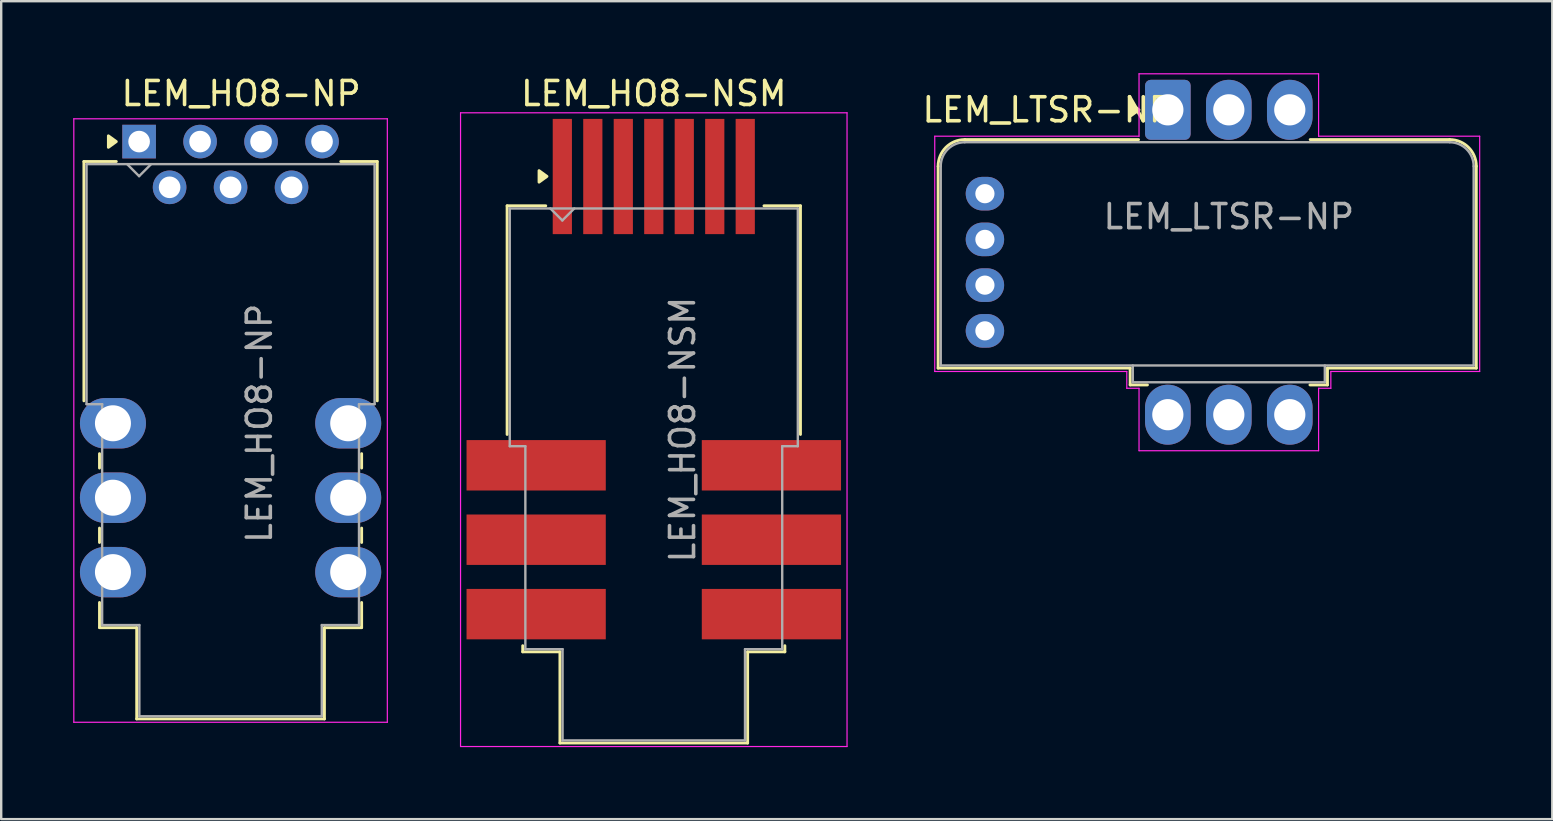
<source format=kicad_pcb>
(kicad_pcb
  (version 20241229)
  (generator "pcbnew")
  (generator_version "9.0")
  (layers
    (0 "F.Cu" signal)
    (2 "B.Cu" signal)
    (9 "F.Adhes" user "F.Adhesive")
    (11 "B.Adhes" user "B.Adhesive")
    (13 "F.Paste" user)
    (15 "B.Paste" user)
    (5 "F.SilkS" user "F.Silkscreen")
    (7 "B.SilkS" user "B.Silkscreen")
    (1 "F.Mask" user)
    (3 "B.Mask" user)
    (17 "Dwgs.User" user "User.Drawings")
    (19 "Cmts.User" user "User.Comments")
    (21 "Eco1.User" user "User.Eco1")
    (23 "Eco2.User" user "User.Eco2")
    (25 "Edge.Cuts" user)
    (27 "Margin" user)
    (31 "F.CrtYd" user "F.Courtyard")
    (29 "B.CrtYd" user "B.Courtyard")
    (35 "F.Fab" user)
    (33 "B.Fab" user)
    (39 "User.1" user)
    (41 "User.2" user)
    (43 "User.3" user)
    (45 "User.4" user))
  (footprint "LEM_LTSR-NP"
    (layer "F.Cu")
    (at 45.599 1.525)
    (property "Reference" "LEM_LTSR-NP" (at -5 0 0) (layer "F.SilkS") (effects (font (size 1 1) (thickness 0.15))))
    (attr through_hole)
    (fp_line (start -9.57 10.76) (end -9.57 2.36) (stroke (width 0.12) (type solid)) (layer "F.SilkS"))
    (fp_line (start -9.57 10.76) (end -1.57 10.76) (stroke (width 0.12) (type solid)) (layer "F.SilkS"))
    (fp_line (start -8.45 1.24) (end -1.22 1.24) (stroke (width 0.12) (type solid)) (layer "F.SilkS"))
    (fp_line (start -1.57 11.46) (end -1.57 10.76) (stroke (width 0.12) (type solid)) (layer "F.SilkS"))
    (fp_line (start -1.57 11.46) (end -0.85 11.46) (stroke (width 0.12) (type solid)) (layer "F.SilkS"))
    (fp_line (start 5.92 11.46) (end 6.65 11.46) (stroke (width 0.12) (type solid)) (layer "F.SilkS"))
    (fp_line (start 5.93 1.24) (end 11.74 1.24) (stroke (width 0.12) (type solid)) (layer "F.SilkS"))
    (fp_line (start 6.65 10.76) (end 12.85 10.76) (stroke (width 0.12) (type solid)) (layer "F.SilkS"))
    (fp_line (start 6.65 11.46) (end 6.65 10.76) (stroke (width 0.12) (type solid)) (layer "F.SilkS"))
    (fp_line (start 12.85 10.76) (end 12.85 2.35) (stroke (width 0.12) (type solid)) (layer "F.SilkS"))
    (fp_arc (start -9.57 2.35) (mid -9.244889 1.565111) (end -8.46 1.24) (stroke (width 0.12) (type solid)) (layer "F.SilkS"))
    (fp_arc (start 11.74 1.24) (mid 12.524889 1.565111) (end 12.85 2.35) (stroke (width 0.12) (type solid)) (layer "F.SilkS"))
    (fp_poly (pts (xy -1.2 0) (xy -1.53 0.24) (xy -1.53 -0.24) (xy -1.2 0)) (stroke (width 0.12) (type solid)) (fill yes) (layer "F.SilkS"))
    (fp_line (start -9.71 1.1) (end -9.71 10.9) (stroke (width 0.05) (type solid)) (layer "F.CrtYd"))
    (fp_line (start -9.71 1.1) (end -1.2 1.1) (stroke (width 0.05) (type solid)) (layer "F.CrtYd"))
    (fp_line (start -9.71 10.9) (end -1.71 10.9) (stroke (width 0.05) (type solid)) (layer "F.CrtYd"))
    (fp_line (start -1.71 11.6) (end -1.71 10.9) (stroke (width 0.05) (type solid)) (layer "F.CrtYd"))
    (fp_line (start -1.71 11.6) (end -1.2 11.6) (stroke (width 0.05) (type solid)) (layer "F.CrtYd"))
    (fp_line (start -1.2 -1.5) (end -1.2 1.1) (stroke (width 0.05) (type solid)) (layer "F.CrtYd"))
    (fp_line (start -1.2 -1.5) (end 6.28 -1.5) (stroke (width 0.05) (type solid)) (layer "F.CrtYd"))
    (fp_line (start -1.2 11.6) (end -1.2 14.2) (stroke (width 0.05) (type solid)) (layer "F.CrtYd"))
    (fp_line (start -1.2 14.2) (end 6.28 14.2) (stroke (width 0.05) (type solid)) (layer "F.CrtYd"))
    (fp_line (start 6.28 -1.5) (end 6.28 1.1) (stroke (width 0.05) (type solid)) (layer "F.CrtYd"))
    (fp_line (start 6.28 1.1) (end 12.99 1.1) (stroke (width 0.05) (type solid)) (layer "F.CrtYd"))
    (fp_line (start 6.28 11.6) (end 6.28 14.2) (stroke (width 0.05) (type solid)) (layer "F.CrtYd"))
    (fp_line (start 6.28 11.6) (end 6.79 11.6) (stroke (width 0.05) (type solid)) (layer "F.CrtYd"))
    (fp_line (start 6.79 10.9) (end 12.99 10.9) (stroke (width 0.05) (type solid)) (layer "F.CrtYd"))
    (fp_line (start 6.79 11.6) (end 6.79 10.9) (stroke (width 0.05) (type solid)) (layer "F.CrtYd"))
    (fp_line (start 12.99 1.1) (end 12.99 10.9) (stroke (width 0.05) (type solid)) (layer "F.CrtYd"))
    (fp_line (start -9.46 10.65) (end -9.46 2.35) (stroke (width 0.1) (type solid)) (layer "F.Fab"))
    (fp_line (start -9.46 10.65) (end 12.74 10.65) (stroke (width 0.1) (type solid)) (layer "F.Fab"))
    (fp_line (start -8.46 1.35) (end 11.74 1.35) (stroke (width 0.1) (type solid)) (layer "F.Fab"))
    (fp_line (start -1.46 11.35) (end -1.46 10.65) (stroke (width 0.1) (type solid)) (layer "F.Fab"))
    (fp_line (start -1.46 11.35) (end 6.54 11.35) (stroke (width 0.1) (type solid)) (layer "F.Fab"))
    (fp_line (start 6.54 11.35) (end 6.54 10.65) (stroke (width 0.1) (type solid)) (layer "F.Fab"))
    (fp_line (start 12.74 10.65) (end 12.74 2.35) (stroke (width 0.1) (type solid)) (layer "F.Fab"))
    (fp_arc (start -9.46 2.35) (mid -9.167107 1.642893) (end -8.46 1.35) (stroke (width 0.1) (type solid)) (layer "F.Fab"))
    (fp_arc (start 11.74 1.35) (mid 12.447107 1.642893) (end 12.74 2.35) (stroke (width 0.1) (type solid)) (layer "F.Fab"))
    (fp_text user "${REFERENCE}" (at 2.54 4.45 0) (layer "F.Fab") (effects (font (size 1 1) (thickness 0.15))))
    (pad "1" thru_hole roundrect (at 0 0) (size 1.9 2.5) (drill 1.3) (layers "*.Cu" "*.Mask") (roundrect_rratio 0.125))
    (pad "2" thru_hole oval (at 2.54 0) (size 1.9 2.5) (drill 1.3) (layers "*.Cu" "*.Mask"))
    (pad "3" thru_hole oval (at 5.08 0) (size 1.9 2.5) (drill 1.3) (layers "*.Cu" "*.Mask"))
    (pad "4" thru_hole oval (at 5.08 12.7) (size 1.9 2.5) (drill 1.3) (layers "*.Cu" "*.Mask"))
    (pad "5" thru_hole oval (at 2.54 12.7) (size 1.9 2.5) (drill 1.3) (layers "*.Cu" "*.Mask"))
    (pad "6" thru_hole oval (at 0 12.7) (size 1.9 2.5) (drill 1.3) (layers "*.Cu" "*.Mask"))
    (pad "7" thru_hole oval (at -7.62 9.207) (size 1.6 1.4) (drill 0.8) (layers "*.Cu" "*.Mask"))
    (pad "8" thru_hole oval (at -7.62 7.303) (size 1.6 1.4) (drill 0.8) (layers "*.Cu" "*.Mask"))
    (pad "9" thru_hole oval (at -7.62 5.397) (size 1.6 1.4) (drill 0.8) (layers "*.Cu" "*.Mask"))
    (pad "10" thru_hole oval (at -7.62 3.493) (size 1.6 1.4) (drill 0.8) (layers "*.Cu" "*.Mask")))
  (footprint "LEM_HO8-NSM"
    (layer "F.Cu")
    (at 24.185 14.848)
    (property "Reference" "LEM_HO8-NSM" (at 0 -14 0) (layer "F.SilkS") (effects (font (size 1 1) (thickness 0.15))))
    (attr smd)
    (fp_line (start -6.11 -9.325) (end -6.11 0.2) (stroke (width 0.12) (type solid)) (layer "F.SilkS"))
    (fp_line (start -6.11 -9.325) (end -4.5 -9.325) (stroke (width 0.12) (type solid)) (layer "F.SilkS"))
    (fp_line (start -5.46 9) (end -5.46 9.255) (stroke (width 0.12) (type solid)) (layer "F.SilkS"))
    (fp_line (start -5.46 9.255) (end -3.91 9.255) (stroke (width 0.12) (type solid)) (layer "F.SilkS"))
    (fp_line (start -3.91 9.255) (end -3.91 13.055) (stroke (width 0.12) (type solid)) (layer "F.SilkS"))
    (fp_line (start -3.91 13.055) (end 3.91 13.055) (stroke (width 0.12) (type solid)) (layer "F.SilkS"))
    (fp_line (start 3.91 9.255) (end 5.46 9.255) (stroke (width 0.12) (type solid)) (layer "F.SilkS"))
    (fp_line (start 3.91 13.055) (end 3.91 9.255) (stroke (width 0.12) (type solid)) (layer "F.SilkS"))
    (fp_line (start 5.46 9) (end 5.46 9.255) (stroke (width 0.12) (type solid)) (layer "F.SilkS"))
    (fp_line (start 6.11 -9.325) (end 4.59 -9.325) (stroke (width 0.12) (type solid)) (layer "F.SilkS"))
    (fp_line (start 6.11 0.2) (end 6.11 -9.325) (stroke (width 0.12) (type solid)) (layer "F.SilkS"))
    (fp_poly (pts (xy -4.45 -10.55) (xy -4.78 -10.31) (xy -4.78 -10.79) (xy -4.45 -10.55)) (stroke (width 0.12) (type solid)) (fill yes) (layer "F.SilkS"))
    (fp_line (start -8.05 -13.2) (end -8.05 13.2) (stroke (width 0.05) (type solid)) (layer "F.CrtYd"))
    (fp_line (start -8.05 13.2) (end 8.05 13.2) (stroke (width 0.05) (type solid)) (layer "F.CrtYd"))
    (fp_line (start 8.05 -13.2) (end -8.05 -13.2) (stroke (width 0.05) (type solid)) (layer "F.CrtYd"))
    (fp_line (start 8.05 13.2) (end 8.05 -13.2) (stroke (width 0.05) (type solid)) (layer "F.CrtYd"))
    (fp_line (start -6 0.69) (end -6 -9.215) (stroke (width 0.1) (type solid)) (layer "F.Fab"))
    (fp_line (start -6 0.69) (end -5.35 0.69) (stroke (width 0.1) (type solid)) (layer "F.Fab"))
    (fp_line (start -5.35 0.69) (end -5.35 9.145) (stroke (width 0.1) (type solid)) (layer "F.Fab"))
    (fp_line (start -4.31 -9.215) (end -3.81 -8.715) (stroke (width 0.1) (type solid)) (layer "F.Fab"))
    (fp_line (start -3.81 -8.715) (end -3.31 -9.215) (stroke (width 0.1) (type solid)) (layer "F.Fab"))
    (fp_line (start -3.8 9.145) (end -5.35 9.145) (stroke (width 0.1) (type solid)) (layer "F.Fab"))
    (fp_line (start -3.8 12.945) (end -3.8 9.145) (stroke (width 0.1) (type solid)) (layer "F.Fab"))
    (fp_line (start -3.8 12.945) (end 3.8 12.945) (stroke (width 0.1) (type solid)) (layer "F.Fab"))
    (fp_line (start 3.8 9.145) (end 5.35 9.145) (stroke (width 0.1) (type solid)) (layer "F.Fab"))
    (fp_line (start 3.8 12.945) (end 3.8 9.145) (stroke (width 0.1) (type solid)) (layer "F.Fab"))
    (fp_line (start 5.35 0.69) (end 5.35 9.145) (stroke (width 0.1) (type solid)) (layer "F.Fab"))
    (fp_line (start 6 -9.215) (end -6 -9.215) (stroke (width 0.1) (type solid)) (layer "F.Fab"))
    (fp_line (start 6 -9.215) (end 6 0.69) (stroke (width 0.1) (type solid)) (layer "F.Fab"))
    (fp_line (start 6 0.69) (end 5.35 0.69) (stroke (width 0.1) (type solid)) (layer "F.Fab"))
    (fp_text user "${REFERENCE}" (at 1.2 0 90) (layer "F.Fab") (effects (font (size 1 1) (thickness 0.15))))
    (pad "1" smd rect (at -3.81 -10.545) (size 0.8 4.8) (layers "F.Cu" "F.Mask" "F.Paste"))
    (pad "2" smd rect (at -2.54 -10.545) (size 0.8 4.8) (layers "F.Cu" "F.Mask" "F.Paste"))
    (pad "3" smd rect (at -1.27 -10.545) (size 0.8 4.8) (layers "F.Cu" "F.Mask" "F.Paste"))
    (pad "4" smd rect (at 0 -10.545) (size 0.8 4.8) (layers "F.Cu" "F.Mask" "F.Paste"))
    (pad "5" smd rect (at 1.27 -10.545) (size 0.8 4.8) (layers "F.Cu" "F.Mask" "F.Paste"))
    (pad "6" smd rect (at 2.54 -10.545) (size 0.8 4.8) (layers "F.Cu" "F.Mask" "F.Paste"))
    (pad "7" smd rect (at 3.81 -10.545) (size 0.8 4.8) (layers "F.Cu" "F.Mask" "F.Paste"))
    (pad "8" smd rect (at 4.9 1.485) (size 5.8 2.1) (layers "F.Cu" "F.Mask" "F.Paste"))
    (pad "9" smd rect (at 4.9 4.585) (size 5.8 2.1) (layers "F.Cu" "F.Mask" "F.Paste"))
    (pad "10" smd rect (at 4.9 7.685) (size 5.8 2.1) (layers "F.Cu" "F.Mask" "F.Paste"))
    (pad "11" smd rect (at -4.9 7.685) (size 5.8 2.1) (layers "F.Cu" "F.Mask" "F.Paste"))
    (pad "12" smd rect (at -4.9 4.585) (size 5.8 2.1) (layers "F.Cu" "F.Mask" "F.Paste"))
    (pad "13" smd rect (at -4.9 1.485) (size 5.8 2.1) (layers "F.Cu" "F.Mask" "F.Paste")))
  (footprint "LEM_HO8-NP"
    (layer "F.Cu")
    (at 2.745 2.848)
    (property "Reference" "LEM_HO8-NP" (at 4.25 -2 180) (layer "F.SilkS") (effects (font (size 1 1) (thickness 0.15))))
    (attr through_hole)
    (fp_line (start -2.3 0.83) (end -2.3 10.8) (stroke (width 0.12) (type solid)) (layer "F.SilkS"))
    (fp_line (start -2.3 0.83) (end -0.95 0.83) (stroke (width 0.12) (type solid)) (layer "F.SilkS"))
    (fp_line (start -1.65 13) (end -1.65 13.6) (stroke (width 0.12) (type solid)) (layer "F.SilkS"))
    (fp_line (start -1.65 16.1) (end -1.65 16.7) (stroke (width 0.12) (type solid)) (layer "F.SilkS"))
    (fp_line (start -1.65 19.2) (end -1.65 20.24) (stroke (width 0.12) (type solid)) (layer "F.SilkS"))
    (fp_line (start -1.65 20.25) (end -0.1 20.25) (stroke (width 0.12) (type solid)) (layer "F.SilkS"))
    (fp_line (start -0.1 20.25) (end -0.1 24.05) (stroke (width 0.12) (type solid)) (layer "F.SilkS"))
    (fp_line (start -0.1 24.05) (end 7.72 24.05) (stroke (width 0.12) (type solid)) (layer "F.SilkS"))
    (fp_line (start 7.72 20.25) (end 9.27 20.25) (stroke (width 0.12) (type solid)) (layer "F.SilkS"))
    (fp_line (start 7.72 24.05) (end 7.72 20.25) (stroke (width 0.12) (type solid)) (layer "F.SilkS"))
    (fp_line (start 9.27 13) (end 9.27 13.6) (stroke (width 0.12) (type solid)) (layer "F.SilkS"))
    (fp_line (start 9.27 16.1) (end 9.27 16.7) (stroke (width 0.12) (type solid)) (layer "F.SilkS"))
    (fp_line (start 9.27 19.2) (end 9.27 20.24) (stroke (width 0.12) (type solid)) (layer "F.SilkS"))
    (fp_line (start 9.92 0.83) (end 8.4 0.83) (stroke (width 0.12) (type solid)) (layer "F.SilkS"))
    (fp_line (start 9.92 10.8) (end 9.92 0.83) (stroke (width 0.12) (type solid)) (layer "F.SilkS"))
    (fp_poly (pts (xy -0.95 0) (xy -1.28 0.24) (xy -1.28 -0.24) (xy -0.95 0)) (stroke (width 0.12) (type solid)) (fill yes) (layer "F.SilkS"))
    (fp_line (start -2.72 -0.95) (end -2.72 24.19) (stroke (width 0.05) (type solid)) (layer "F.CrtYd"))
    (fp_line (start -2.72 24.19) (end 10.34 24.19) (stroke (width 0.05) (type solid)) (layer "F.CrtYd"))
    (fp_line (start 10.34 -0.95) (end -2.72 -0.95) (stroke (width 0.05) (type solid)) (layer "F.CrtYd"))
    (fp_line (start 10.34 24.19) (end 10.34 -0.95) (stroke (width 0.05) (type solid)) (layer "F.CrtYd"))
    (fp_line (start -2.19 10.94) (end -2.19 0.94) (stroke (width 0.1) (type solid)) (layer "F.Fab"))
    (fp_line (start -2.19 10.94) (end -1.54 10.94) (stroke (width 0.1) (type solid)) (layer "F.Fab"))
    (fp_line (start -1.54 10.94) (end -1.54 20.14) (stroke (width 0.1) (type solid)) (layer "F.Fab"))
    (fp_line (start -0.5 0.94) (end 0 1.44) (stroke (width 0.1) (type solid)) (layer "F.Fab"))
    (fp_line (start 0 1.44) (end 0.5 0.94) (stroke (width 0.1) (type solid)) (layer "F.Fab"))
    (fp_line (start 0.01 20.14) (end -1.54 20.14) (stroke (width 0.1) (type solid)) (layer "F.Fab"))
    (fp_line (start 0.01 23.94) (end 0.01 20.14) (stroke (width 0.1) (type solid)) (layer "F.Fab"))
    (fp_line (start 0.01 23.94) (end 7.61 23.94) (stroke (width 0.1) (type solid)) (layer "F.Fab"))
    (fp_line (start 7.61 20.14) (end 9.16 20.14) (stroke (width 0.1) (type solid)) (layer "F.Fab"))
    (fp_line (start 7.61 23.94) (end 7.61 20.14) (stroke (width 0.1) (type solid)) (layer "F.Fab"))
    (fp_line (start 9.16 10.94) (end 9.16 20.14) (stroke (width 0.1) (type solid)) (layer "F.Fab"))
    (fp_line (start 9.81 0.94) (end -2.19 0.94) (stroke (width 0.1) (type solid)) (layer "F.Fab"))
    (fp_line (start 9.81 0.94) (end 9.81 10.94) (stroke (width 0.1) (type solid)) (layer "F.Fab"))
    (fp_line (start 9.81 10.94) (end 9.16 10.94) (stroke (width 0.1) (type solid)) (layer "F.Fab"))
    (fp_text user "${REFERENCE}" (at 5.01 11.735 270) (layer "F.Fab") (effects (font (size 1 1) (thickness 0.15))))
    (pad "1" thru_hole rect (at 0 0) (size 1.4 1.4) (drill 0.9) (layers "*.Cu" "*.Mask"))
    (pad "2" thru_hole circle (at 1.27 1.905) (size 1.4 1.4) (drill 0.9) (layers "*.Cu" "*.Mask"))
    (pad "3" thru_hole circle (at 2.54 0) (size 1.4 1.4) (drill 0.9) (layers "*.Cu" "*.Mask"))
    (pad "4" thru_hole circle (at 3.81 1.905) (size 1.4 1.4) (drill 0.9) (layers "*.Cu" "*.Mask"))
    (pad "5" thru_hole circle (at 5.08 0) (size 1.4 1.4) (drill 0.9) (layers "*.Cu" "*.Mask"))
    (pad "6" thru_hole circle (at 6.35 1.905) (size 1.4 1.4) (drill 0.9) (layers "*.Cu" "*.Mask"))
    (pad "7" thru_hole circle (at 7.62 0) (size 1.4 1.4) (drill 0.9) (layers "*.Cu" "*.Mask"))
    (pad "8" thru_hole oval (at 8.71 11.735) (size 2.75 2.1) (drill 1.5) (layers "*.Cu" "*.Mask"))
    (pad "9" thru_hole oval (at 8.71 14.835) (size 2.75 2.1) (drill 1.5) (layers "*.Cu" "*.Mask"))
    (pad "10" thru_hole oval (at 8.71 17.935) (size 2.75 2.1) (drill 1.5) (layers "*.Cu" "*.Mask"))
    (pad "11" thru_hole oval (at -1.09 17.935) (size 2.75 2.1) (drill 1.5) (layers "*.Cu" "*.Mask"))
    (pad "12" thru_hole oval (at -1.09 14.835) (size 2.75 2.1) (drill 1.5) (layers "*.Cu" "*.Mask"))
    (pad "13" thru_hole oval (at -1.09 11.735) (size 2.75 2.1) (drill 1.5) (layers "*.Cu" "*.Mask")))
  (gr_rect
    (start -3 -3)
    (end 61.614 31.073)
    (stroke (width 0.1) (type default))
    (fill no)
    (layer "Edge.Cuts")))
</source>
